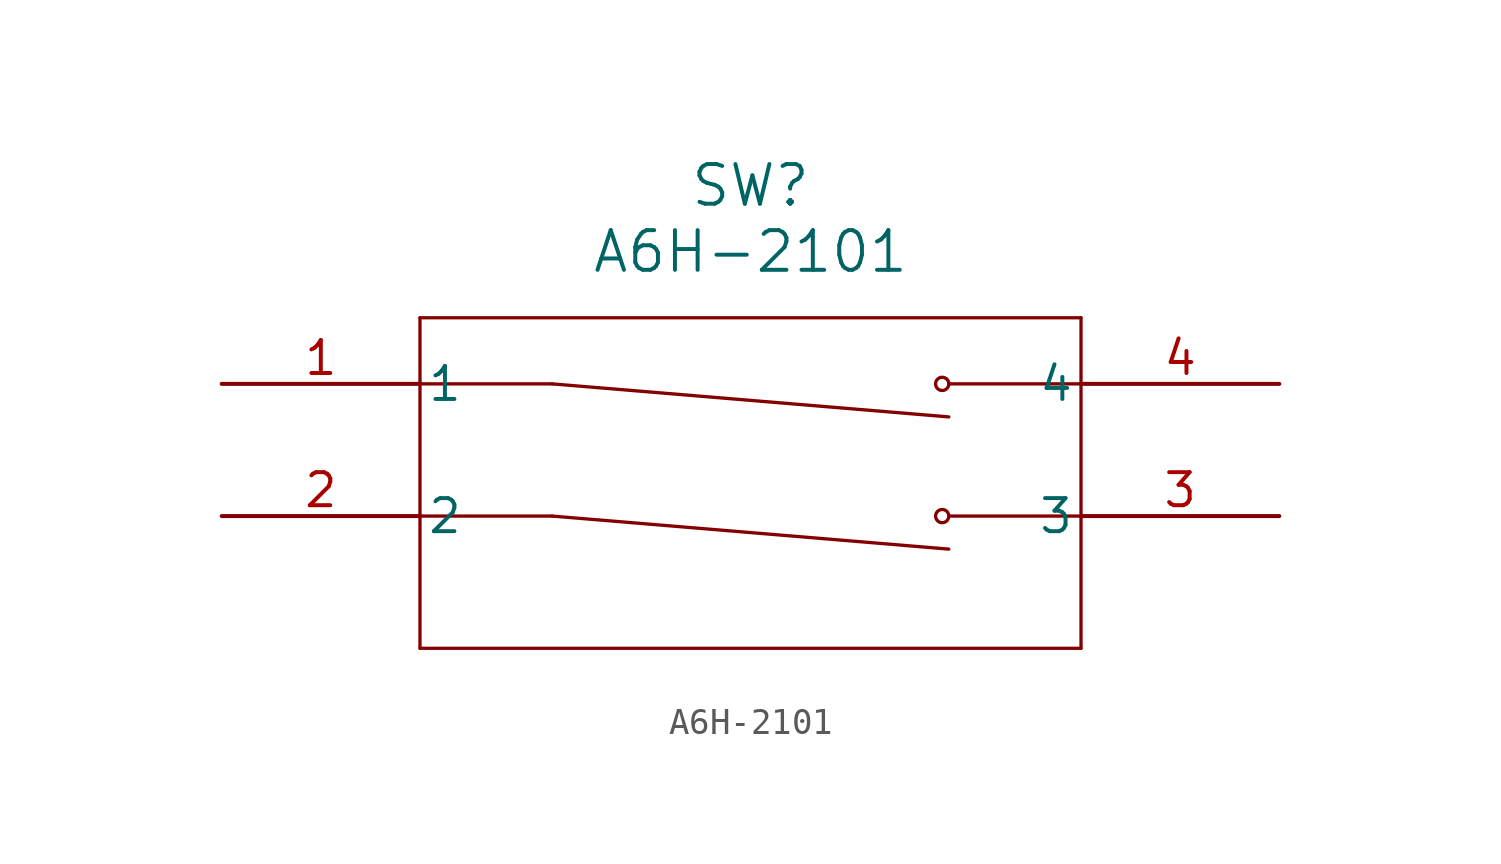
<source format=kicad_sym>
(kicad_symbol_lib
  (version 20220914)
  (generator kicad_symbol_editor)
  (symbol "A6H-2101"
    (pin_names
      (offset 0.254))
    (property "Reference" "SW"
      (at 20.32 7.62 0)
      (effects (font (size 1.524 1.524))))
    (property "Value" "A6H-2101"
      (at 20.32 5.08 0)
      (effects (font (size 1.524 1.524))))
    (property "ki_locked" ""
      (at 0 0 0)
      (effects (font (size 1.27 1.27))))
    (symbol "A6H-2101_0_1"
      (polyline (pts (xy 7.62 -10.16) (xy 33.02 -10.16)) (stroke (width 0.127) (type default)) (fill (type none)))
      (polyline (pts (xy 7.62 2.54) (xy 7.62 -10.16)) (stroke (width 0.127) (type default)) (fill (type none)))
      (polyline (pts (xy 12.7 -5.08) (xy 7.62 -5.08)) (stroke (width 0.127) (type default)) (fill (type none)))
      (polyline (pts (xy 12.7 -5.08) (xy 27.94 -6.35)) (stroke (width 0.127) (type default)) (fill (type none)))
      (polyline (pts (xy 12.7 0) (xy 7.62 0)) (stroke (width 0.127) (type default)) (fill (type none)))
      (polyline (pts (xy 12.7 0) (xy 27.94 -1.27)) (stroke (width 0.127) (type default)) (fill (type none)))
      (polyline (pts (xy 27.94 -5.08) (xy 33.02 -5.08)) (stroke (width 0.127) (type default)) (fill (type none)))
      (polyline (pts (xy 27.94 0) (xy 33.02 0)) (stroke (width 0.127) (type default)) (fill (type none)))
      (polyline (pts (xy 33.02 -10.16) (xy 33.02 2.54)) (stroke (width 0.127) (type default)) (fill (type none)))
      (polyline (pts (xy 33.02 2.54) (xy 7.62 2.54)) (stroke (width 0.127) (type default)) (fill (type none)))
      (circle (center 27.686 -5.08) (radius 0.254) (stroke (width 0.127) (type default)) (fill (type none)))
      (circle (center 27.686 0) (radius 0.254) (stroke (width 0.127) (type default)) (fill (type none)))
      (pin unspecified line (at 0 0 0) (length 7.62) (name "1" (effects (font (size 1.27 1.27)))) (number "1" (effects (font (size 1.27 1.27)))))
      (pin unspecified line (at 0 -5.08 0) (length 7.62) (name "2" (effects (font (size 1.27 1.27)))) (number "2" (effects (font (size 1.27 1.27)))))
      (pin unspecified line (at 40.64 -5.08 180) (length 7.62) (name "3" (effects (font (size 1.27 1.27)))) (number "3" (effects (font (size 1.27 1.27)))))
      (pin unspecified line (at 40.64 0 180) (length 7.62) (name "4" (effects (font (size 1.27 1.27)))) (number "4" (effects (font (size 1.27 1.27))))))))
</source>
